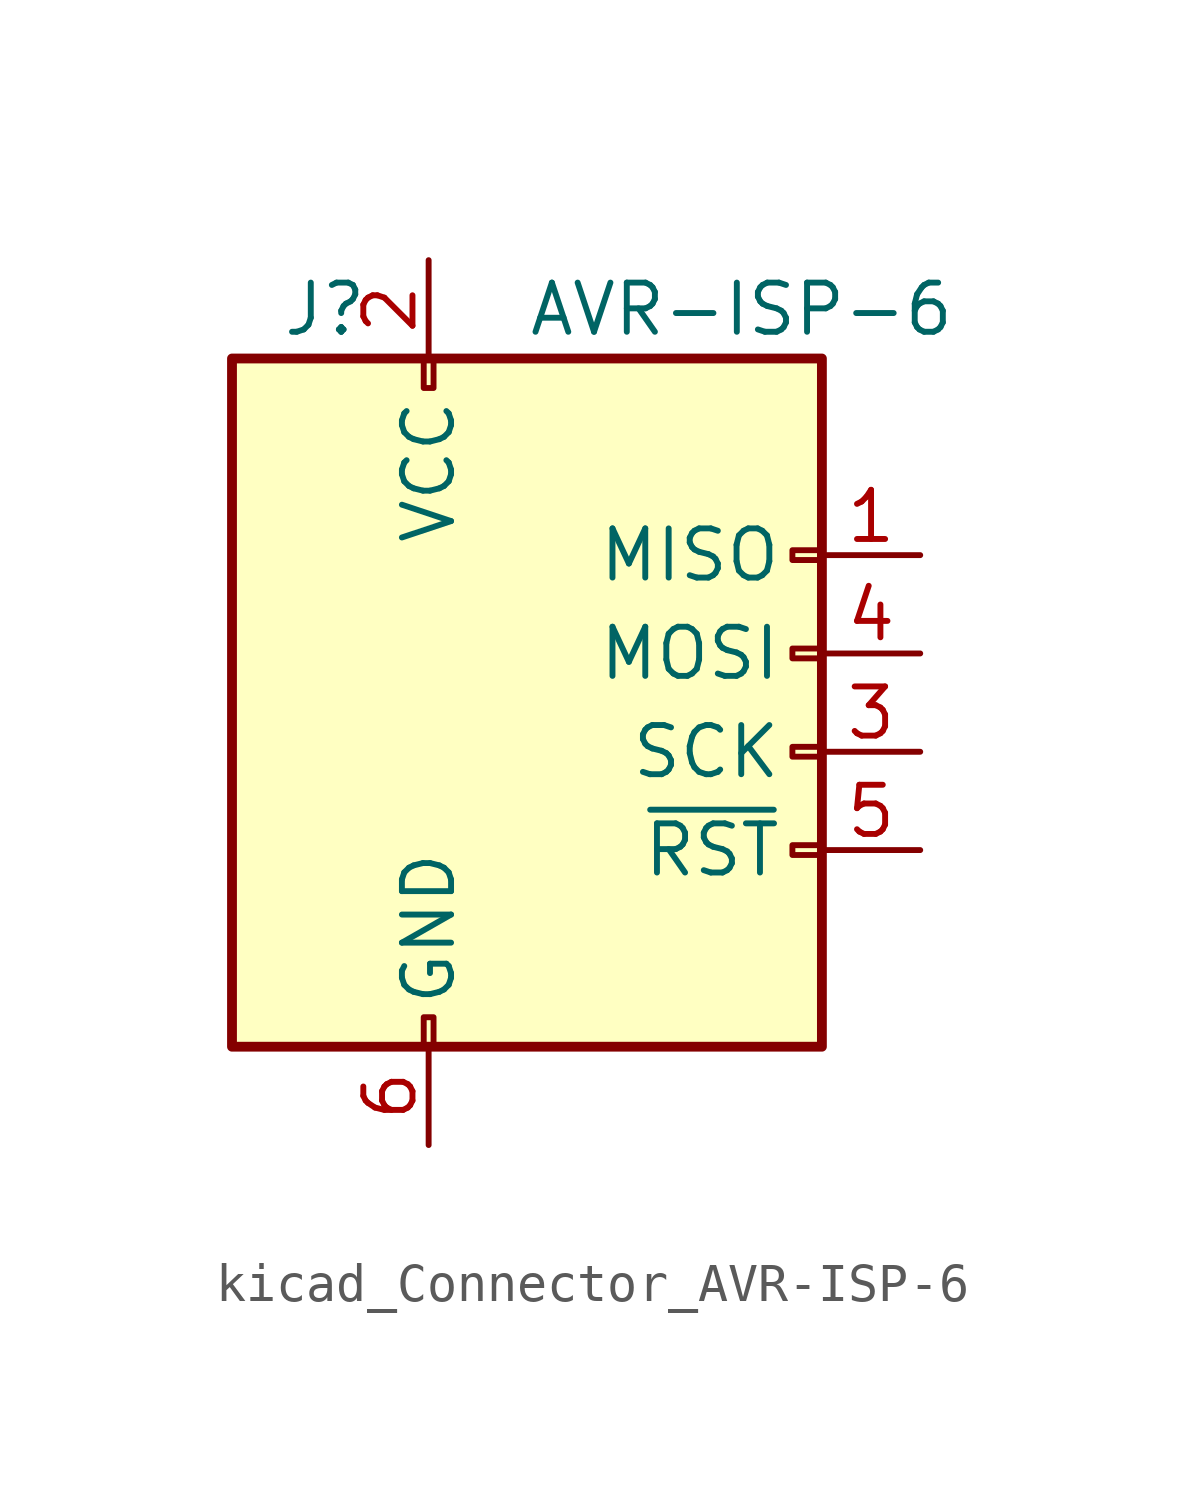
<source format=kicad_sym>
(kicad_symbol_lib
  (version 20220914)
  (generator kicad_symbol_editor)
  (symbol "kicad_Connector_AVR-ISP-6"
    (pin_names
      (offset 1.016))
    (property "Reference" "J"
      (at -6.35 11.43 0)
      (effects (font (size 1.27 1.27)) (justify left)))
    (property "Value" "AVR-ISP-6"
      (at 0 11.43 0)
      (effects (font (size 1.27 1.27)) (justify left)))
    (symbol "kicad_Connector_AVR-ISP-6_0_1"
      (rectangle (start -2.667 -6.858) (end -2.413 -7.62) (stroke (width 0) (type default)) (fill (type none)))
      (rectangle (start -2.667 10.16) (end -2.413 9.398) (stroke (width 0) (type default)) (fill (type none)))
      (rectangle (start 7.62 -2.413) (end 6.858 -2.667) (stroke (width 0) (type default)) (fill (type none)))
      (rectangle (start 7.62 0.127) (end 6.858 -0.127) (stroke (width 0) (type default)) (fill (type none)))
      (rectangle (start 7.62 2.667) (end 6.858 2.413) (stroke (width 0) (type default)) (fill (type none)))
      (rectangle (start 7.62 5.207) (end 6.858 4.953) (stroke (width 0) (type default)) (fill (type none)))
      (rectangle (start 7.62 10.16) (end -7.62 -7.62) (stroke (width 0.254) (type default)) (fill (type background))))
    (symbol "kicad_Connector_AVR-ISP-6_1_1"
      (pin passive line (at 10.16 5.08 180) (length 2.54) (name "MISO" (effects (font (size 1.27 1.27)))) (number "1" (effects (font (size 1.27 1.27)))))
      (pin passive line (at -2.54 12.7 270) (length 2.54) (name "VCC" (effects (font (size 1.27 1.27)))) (number "2" (effects (font (size 1.27 1.27)))))
      (pin passive line (at 10.16 0 180) (length 2.54) (name "SCK" (effects (font (size 1.27 1.27)))) (number "3" (effects (font (size 1.27 1.27)))))
      (pin passive line (at 10.16 2.54 180) (length 2.54) (name "MOSI" (effects (font (size 1.27 1.27)))) (number "4" (effects (font (size 1.27 1.27)))))
      (pin passive line (at 10.16 -2.54 180) (length 2.54) (name "~{RST}" (effects (font (size 1.27 1.27)))) (number "5" (effects (font (size 1.27 1.27)))))
      (pin passive line (at -2.54 -10.16 90) (length 2.54) (name "GND" (effects (font (size 1.27 1.27)))) (number "6" (effects (font (size 1.27 1.27))))))))
</source>
